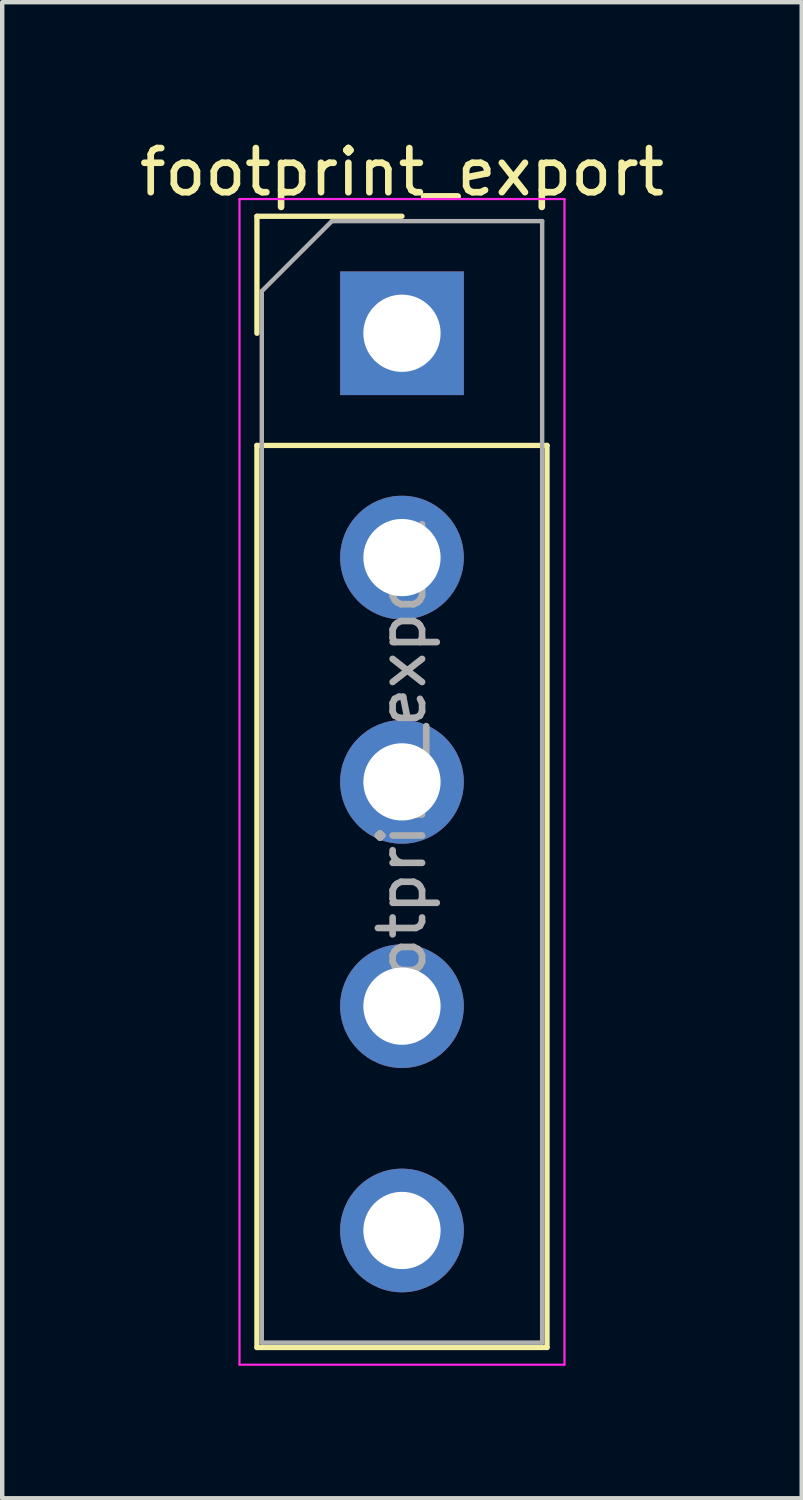
<source format=kicad_pcb>
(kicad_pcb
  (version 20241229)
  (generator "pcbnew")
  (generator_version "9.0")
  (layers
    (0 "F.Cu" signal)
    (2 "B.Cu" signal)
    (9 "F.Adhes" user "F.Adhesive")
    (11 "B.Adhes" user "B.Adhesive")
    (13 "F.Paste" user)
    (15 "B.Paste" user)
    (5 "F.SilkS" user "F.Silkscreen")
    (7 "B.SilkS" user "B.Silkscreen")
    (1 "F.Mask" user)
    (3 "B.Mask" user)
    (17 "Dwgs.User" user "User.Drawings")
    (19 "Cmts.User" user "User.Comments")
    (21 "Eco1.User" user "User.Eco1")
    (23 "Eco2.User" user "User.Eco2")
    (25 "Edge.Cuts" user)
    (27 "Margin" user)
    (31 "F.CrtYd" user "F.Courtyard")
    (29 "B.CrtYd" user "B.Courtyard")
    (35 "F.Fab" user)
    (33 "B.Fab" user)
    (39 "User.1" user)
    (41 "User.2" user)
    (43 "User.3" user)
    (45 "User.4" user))
  (footprint "footprint_export"
    (layer "F.Cu")
    (at 6.054 4.498)
    (property "Reference" "footprint_export" (at 0 -3.65 0) (layer "F.SilkS") (effects (font (size 1 1) (thickness 0.15))))
    (attr through_hole)
    (fp_line (start -3.285 -2.65) (end 0 -2.65) (stroke (width 0.12) (type solid)) (layer "F.SilkS"))
    (fp_line (start -3.285 0) (end -3.285 -2.65) (stroke (width 0.12) (type solid)) (layer "F.SilkS"))
    (fp_line (start -3.285 2.54) (end -3.285 22.97) (stroke (width 0.12) (type solid)) (layer "F.SilkS"))
    (fp_line (start -3.285 2.54) (end 3.285 2.54) (stroke (width 0.12) (type solid)) (layer "F.SilkS"))
    (fp_line (start -3.285 22.97) (end 3.285 22.97) (stroke (width 0.12) (type solid)) (layer "F.SilkS"))
    (fp_line (start 3.285 2.54) (end 3.285 22.97) (stroke (width 0.12) (type solid)) (layer "F.SilkS"))
    (fp_line (start -3.68 -3.04) (end -3.68 23.36) (stroke (width 0.05) (type solid)) (layer "F.CrtYd"))
    (fp_line (start -3.68 23.36) (end 3.68 23.36) (stroke (width 0.05) (type solid)) (layer "F.CrtYd"))
    (fp_line (start 3.68 -3.04) (end -3.68 -3.04) (stroke (width 0.05) (type solid)) (layer "F.CrtYd"))
    (fp_line (start 3.68 23.36) (end 3.68 -3.04) (stroke (width 0.05) (type solid)) (layer "F.CrtYd"))
    (fp_line (start -3.175 -0.953) (end -1.587 -2.54) (stroke (width 0.1) (type solid)) (layer "F.Fab"))
    (fp_line (start -3.175 22.86) (end -3.175 -0.953) (stroke (width 0.1) (type solid)) (layer "F.Fab"))
    (fp_line (start -1.587 -2.54) (end 3.175 -2.54) (stroke (width 0.1) (type solid)) (layer "F.Fab"))
    (fp_line (start 3.175 -2.54) (end 3.175 22.86) (stroke (width 0.1) (type solid)) (layer "F.Fab"))
    (fp_line (start 3.175 22.86) (end -3.175 22.86) (stroke (width 0.1) (type solid)) (layer "F.Fab"))
    (fp_text user "${REFERENCE}" (at 0 10.16 90) (layer "F.Fab") (effects (font (size 1 1) (thickness 0.15))))
    (pad "1" thru_hole rect (at 0 0) (size 2.8 2.8) (drill 1.75) (layers "*.Cu" "*.Mask"))
    (pad "2" thru_hole circle (at 0 5.08) (size 2.8 2.8) (drill 1.75) (layers "*.Cu" "*.Mask"))
    (pad "3" thru_hole circle (at 0 10.16) (size 2.8 2.8) (drill 1.75) (layers "*.Cu" "*.Mask"))
    (pad "4" thru_hole circle (at 0 15.24) (size 2.8 2.8) (drill 1.75) (layers "*.Cu" "*.Mask"))
    (pad "5" thru_hole circle (at 0 20.32) (size 2.8 2.8) (drill 1.75) (layers "*.Cu" "*.Mask")))
  (gr_rect
    (start -3 -3)
    (end 15.107 30.883)
    (stroke (width 0.1) (type default))
    (fill no)
    (layer "Edge.Cuts")))
</source>
